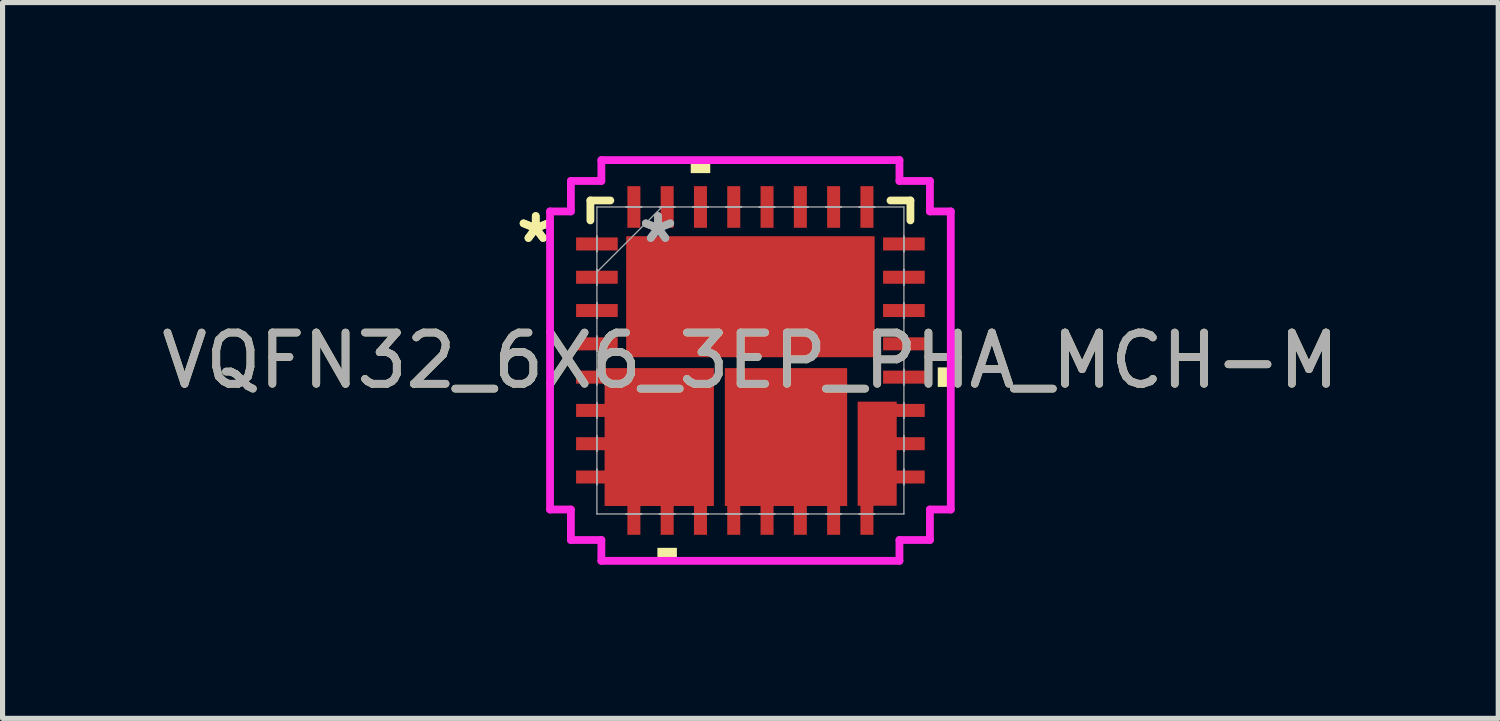
<source format=kicad_pcb>
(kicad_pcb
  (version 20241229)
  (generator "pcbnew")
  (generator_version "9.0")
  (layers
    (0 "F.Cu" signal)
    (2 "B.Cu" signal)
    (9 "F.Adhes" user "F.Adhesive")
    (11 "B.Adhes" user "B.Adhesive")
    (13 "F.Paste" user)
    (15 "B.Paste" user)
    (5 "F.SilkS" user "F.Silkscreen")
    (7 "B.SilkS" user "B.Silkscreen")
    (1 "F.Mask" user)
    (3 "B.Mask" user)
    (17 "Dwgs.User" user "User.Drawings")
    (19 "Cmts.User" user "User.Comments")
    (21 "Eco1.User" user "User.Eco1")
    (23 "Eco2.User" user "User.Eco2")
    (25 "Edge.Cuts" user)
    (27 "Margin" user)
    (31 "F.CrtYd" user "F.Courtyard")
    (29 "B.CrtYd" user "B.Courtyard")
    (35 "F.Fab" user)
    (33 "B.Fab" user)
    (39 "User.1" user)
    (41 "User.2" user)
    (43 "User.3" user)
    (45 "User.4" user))
  (footprint "VQFN32_6X6_3EP_PHA_MCH-M"
    (layer "F.Cu")
    (at 11.601 3.988)
    (property "Reference" "VQFN32_6X6_3EP_PHA_MCH-M" (at 0 0 0) (unlocked yes) (layer "F.SilkS") (effects (font (size 1 1) (thickness 0.15))))
    (attr smd)
    (fp_line (start -3.124 -3.124) (end -3.124 -2.735) (stroke (width 0.152) (type solid)) (layer "F.SilkS"))
    (fp_line (start -2.735 -3.124) (end -3.124 -3.124) (stroke (width 0.152) (type solid)) (layer "F.SilkS"))
    (fp_line (start 3.124 -3.124) (end 2.735 -3.124) (stroke (width 0.152) (type solid)) (layer "F.SilkS"))
    (fp_line (start 3.124 -2.735) (end 3.124 -3.124) (stroke (width 0.152) (type solid)) (layer "F.SilkS"))
    (fp_poly (pts (xy -1.816 3.658) (xy -1.816 3.912) (xy -1.435 3.912) (xy -1.435 3.658)) (stroke (width 0) (type solid)) (fill yes) (layer "F.SilkS"))
    (fp_poly (pts (xy -1.165 -3.658) (xy -1.165 -3.912) (xy -0.784 -3.912) (xy -0.784 -3.658)) (stroke (width 0) (type solid)) (fill yes) (layer "F.SilkS"))
    (fp_poly (pts (xy 3.912 0.135) (xy 3.912 0.516) (xy 3.658 0.516) (xy 3.658 0.135)) (stroke (width 0) (type solid)) (fill yes) (layer "F.SilkS"))
    (fp_line (start -3.912 -2.91) (end -3.505 -2.91) (stroke (width 0.152) (type solid)) (layer "F.CrtYd"))
    (fp_line (start -3.912 2.91) (end -3.912 -2.91) (stroke (width 0.152) (type solid)) (layer "F.CrtYd"))
    (fp_line (start -3.505 -3.505) (end -2.91 -3.505) (stroke (width 0.152) (type solid)) (layer "F.CrtYd"))
    (fp_line (start -3.505 -2.91) (end -3.505 -3.505) (stroke (width 0.152) (type solid)) (layer "F.CrtYd"))
    (fp_line (start -3.505 2.91) (end -3.912 2.91) (stroke (width 0.152) (type solid)) (layer "F.CrtYd"))
    (fp_line (start -3.505 3.505) (end -3.505 2.91) (stroke (width 0.152) (type solid)) (layer "F.CrtYd"))
    (fp_line (start -2.91 -3.912) (end 2.91 -3.912) (stroke (width 0.152) (type solid)) (layer "F.CrtYd"))
    (fp_line (start -2.91 -3.505) (end -2.91 -3.912) (stroke (width 0.152) (type solid)) (layer "F.CrtYd"))
    (fp_line (start -2.91 3.505) (end -3.505 3.505) (stroke (width 0.152) (type solid)) (layer "F.CrtYd"))
    (fp_line (start -2.91 3.912) (end -2.91 3.505) (stroke (width 0.152) (type solid)) (layer "F.CrtYd"))
    (fp_line (start 2.91 -3.912) (end 2.91 -3.505) (stroke (width 0.152) (type solid)) (layer "F.CrtYd"))
    (fp_line (start 2.91 -3.505) (end 3.505 -3.505) (stroke (width 0.152) (type solid)) (layer "F.CrtYd"))
    (fp_line (start 2.91 3.505) (end 2.91 3.912) (stroke (width 0.152) (type solid)) (layer "F.CrtYd"))
    (fp_line (start 2.91 3.912) (end -2.91 3.912) (stroke (width 0.152) (type solid)) (layer "F.CrtYd"))
    (fp_line (start 3.505 -3.505) (end 3.505 -2.91) (stroke (width 0.152) (type solid)) (layer "F.CrtYd"))
    (fp_line (start 3.505 -2.91) (end 3.912 -2.91) (stroke (width 0.152) (type solid)) (layer "F.CrtYd"))
    (fp_line (start 3.505 2.91) (end 3.505 3.505) (stroke (width 0.152) (type solid)) (layer "F.CrtYd"))
    (fp_line (start 3.505 3.505) (end 2.91 3.505) (stroke (width 0.152) (type solid)) (layer "F.CrtYd"))
    (fp_line (start 3.912 -2.91) (end 3.912 2.91) (stroke (width 0.152) (type solid)) (layer "F.CrtYd"))
    (fp_line (start 3.912 2.91) (end 3.505 2.91) (stroke (width 0.152) (type solid)) (layer "F.CrtYd"))
    (fp_line (start -2.997 -2.997) (end -2.997 2.997) (stroke (width 0.025) (type solid)) (layer "F.Fab"))
    (fp_line (start -2.997 -2.427) (end -2.997 -2.427) (stroke (width 0.025) (type solid)) (layer "F.Fab"))
    (fp_line (start -2.997 -2.427) (end -2.997 -2.123) (stroke (width 0.025) (type solid)) (layer "F.Fab"))
    (fp_line (start -2.997 -2.123) (end -2.997 -2.427) (stroke (width 0.025) (type solid)) (layer "F.Fab"))
    (fp_line (start -2.997 -2.123) (end -2.997 -2.123) (stroke (width 0.025) (type solid)) (layer "F.Fab"))
    (fp_line (start -2.997 -1.777) (end -2.997 -1.777) (stroke (width 0.025) (type solid)) (layer "F.Fab"))
    (fp_line (start -2.997 -1.777) (end -2.997 -1.473) (stroke (width 0.025) (type solid)) (layer "F.Fab"))
    (fp_line (start -2.997 -1.727) (end -1.727 -2.997) (stroke (width 0.025) (type solid)) (layer "F.Fab"))
    (fp_line (start -2.997 -1.473) (end -2.997 -1.777) (stroke (width 0.025) (type solid)) (layer "F.Fab"))
    (fp_line (start -2.997 -1.473) (end -2.997 -1.473) (stroke (width 0.025) (type solid)) (layer "F.Fab"))
    (fp_line (start -2.997 -1.127) (end -2.997 -1.127) (stroke (width 0.025) (type solid)) (layer "F.Fab"))
    (fp_line (start -2.997 -1.127) (end -2.997 -0.823) (stroke (width 0.025) (type solid)) (layer "F.Fab"))
    (fp_line (start -2.997 -0.823) (end -2.997 -1.127) (stroke (width 0.025) (type solid)) (layer "F.Fab"))
    (fp_line (start -2.997 -0.823) (end -2.997 -0.823) (stroke (width 0.025) (type solid)) (layer "F.Fab"))
    (fp_line (start -2.997 -0.477) (end -2.997 -0.477) (stroke (width 0.025) (type solid)) (layer "F.Fab"))
    (fp_line (start -2.997 -0.477) (end -2.997 -0.173) (stroke (width 0.025) (type solid)) (layer "F.Fab"))
    (fp_line (start -2.997 -0.173) (end -2.997 -0.477) (stroke (width 0.025) (type solid)) (layer "F.Fab"))
    (fp_line (start -2.997 -0.173) (end -2.997 -0.173) (stroke (width 0.025) (type solid)) (layer "F.Fab"))
    (fp_line (start -2.997 0.173) (end -2.997 0.173) (stroke (width 0.025) (type solid)) (layer "F.Fab"))
    (fp_line (start -2.997 0.173) (end -2.997 0.477) (stroke (width 0.025) (type solid)) (layer "F.Fab"))
    (fp_line (start -2.997 0.477) (end -2.997 0.173) (stroke (width 0.025) (type solid)) (layer "F.Fab"))
    (fp_line (start -2.997 0.477) (end -2.997 0.477) (stroke (width 0.025) (type solid)) (layer "F.Fab"))
    (fp_line (start -2.997 0.823) (end -2.997 0.823) (stroke (width 0.025) (type solid)) (layer "F.Fab"))
    (fp_line (start -2.997 0.823) (end -2.997 1.127) (stroke (width 0.025) (type solid)) (layer "F.Fab"))
    (fp_line (start -2.997 1.127) (end -2.997 0.823) (stroke (width 0.025) (type solid)) (layer "F.Fab"))
    (fp_line (start -2.997 1.127) (end -2.997 1.127) (stroke (width 0.025) (type solid)) (layer "F.Fab"))
    (fp_line (start -2.997 1.473) (end -2.997 1.473) (stroke (width 0.025) (type solid)) (layer "F.Fab"))
    (fp_line (start -2.997 1.473) (end -2.997 1.777) (stroke (width 0.025) (type solid)) (layer "F.Fab"))
    (fp_line (start -2.997 1.777) (end -2.997 1.473) (stroke (width 0.025) (type solid)) (layer "F.Fab"))
    (fp_line (start -2.997 1.777) (end -2.997 1.777) (stroke (width 0.025) (type solid)) (layer "F.Fab"))
    (fp_line (start -2.997 2.123) (end -2.997 2.123) (stroke (width 0.025) (type solid)) (layer "F.Fab"))
    (fp_line (start -2.997 2.123) (end -2.997 2.427) (stroke (width 0.025) (type solid)) (layer "F.Fab"))
    (fp_line (start -2.997 2.427) (end -2.997 2.123) (stroke (width 0.025) (type solid)) (layer "F.Fab"))
    (fp_line (start -2.997 2.427) (end -2.997 2.427) (stroke (width 0.025) (type solid)) (layer "F.Fab"))
    (fp_line (start -2.997 2.997) (end 2.997 2.997) (stroke (width 0.025) (type solid)) (layer "F.Fab"))
    (fp_line (start -2.427 -2.997) (end -2.427 -2.997) (stroke (width 0.025) (type solid)) (layer "F.Fab"))
    (fp_line (start -2.427 -2.997) (end -2.123 -2.997) (stroke (width 0.025) (type solid)) (layer "F.Fab"))
    (fp_line (start -2.427 2.997) (end -2.427 2.997) (stroke (width 0.025) (type solid)) (layer "F.Fab"))
    (fp_line (start -2.427 2.997) (end -2.123 2.997) (stroke (width 0.025) (type solid)) (layer "F.Fab"))
    (fp_line (start -2.123 -2.997) (end -2.427 -2.997) (stroke (width 0.025) (type solid)) (layer "F.Fab"))
    (fp_line (start -2.123 -2.997) (end -2.123 -2.997) (stroke (width 0.025) (type solid)) (layer "F.Fab"))
    (fp_line (start -2.123 2.997) (end -2.427 2.997) (stroke (width 0.025) (type solid)) (layer "F.Fab"))
    (fp_line (start -2.123 2.997) (end -2.123 2.997) (stroke (width 0.025) (type solid)) (layer "F.Fab"))
    (fp_line (start -1.777 -2.997) (end -1.777 -2.997) (stroke (width 0.025) (type solid)) (layer "F.Fab"))
    (fp_line (start -1.777 -2.997) (end -1.473 -2.997) (stroke (width 0.025) (type solid)) (layer "F.Fab"))
    (fp_line (start -1.777 2.997) (end -1.777 2.997) (stroke (width 0.025) (type solid)) (layer "F.Fab"))
    (fp_line (start -1.777 2.997) (end -1.473 2.997) (stroke (width 0.025) (type solid)) (layer "F.Fab"))
    (fp_line (start -1.473 -2.997) (end -1.777 -2.997) (stroke (width 0.025) (type solid)) (layer "F.Fab"))
    (fp_line (start -1.473 -2.997) (end -1.473 -2.997) (stroke (width 0.025) (type solid)) (layer "F.Fab"))
    (fp_line (start -1.473 2.997) (end -1.777 2.997) (stroke (width 0.025) (type solid)) (layer "F.Fab"))
    (fp_line (start -1.473 2.997) (end -1.473 2.997) (stroke (width 0.025) (type solid)) (layer "F.Fab"))
    (fp_line (start -1.127 -2.997) (end -1.127 -2.997) (stroke (width 0.025) (type solid)) (layer "F.Fab"))
    (fp_line (start -1.127 -2.997) (end -0.823 -2.997) (stroke (width 0.025) (type solid)) (layer "F.Fab"))
    (fp_line (start -1.127 2.997) (end -1.127 2.997) (stroke (width 0.025) (type solid)) (layer "F.Fab"))
    (fp_line (start -1.127 2.997) (end -0.823 2.997) (stroke (width 0.025) (type solid)) (layer "F.Fab"))
    (fp_line (start -0.823 -2.997) (end -1.127 -2.997) (stroke (width 0.025) (type solid)) (layer "F.Fab"))
    (fp_line (start -0.823 -2.997) (end -0.823 -2.997) (stroke (width 0.025) (type solid)) (layer "F.Fab"))
    (fp_line (start -0.823 2.997) (end -1.127 2.997) (stroke (width 0.025) (type solid)) (layer "F.Fab"))
    (fp_line (start -0.823 2.997) (end -0.823 2.997) (stroke (width 0.025) (type solid)) (layer "F.Fab"))
    (fp_line (start -0.477 -2.997) (end -0.477 -2.997) (stroke (width 0.025) (type solid)) (layer "F.Fab"))
    (fp_line (start -0.477 -2.997) (end -0.173 -2.997) (stroke (width 0.025) (type solid)) (layer "F.Fab"))
    (fp_line (start -0.477 2.997) (end -0.477 2.997) (stroke (width 0.025) (type solid)) (layer "F.Fab"))
    (fp_line (start -0.477 2.997) (end -0.173 2.997) (stroke (width 0.025) (type solid)) (layer "F.Fab"))
    (fp_line (start -0.173 -2.997) (end -0.477 -2.997) (stroke (width 0.025) (type solid)) (layer "F.Fab"))
    (fp_line (start -0.173 -2.997) (end -0.173 -2.997) (stroke (width 0.025) (type solid)) (layer "F.Fab"))
    (fp_line (start -0.173 2.997) (end -0.477 2.997) (stroke (width 0.025) (type solid)) (layer "F.Fab"))
    (fp_line (start -0.173 2.997) (end -0.173 2.997) (stroke (width 0.025) (type solid)) (layer "F.Fab"))
    (fp_line (start 0.173 -2.997) (end 0.173 -2.997) (stroke (width 0.025) (type solid)) (layer "F.Fab"))
    (fp_line (start 0.173 -2.997) (end 0.477 -2.997) (stroke (width 0.025) (type solid)) (layer "F.Fab"))
    (fp_line (start 0.173 2.997) (end 0.173 2.997) (stroke (width 0.025) (type solid)) (layer "F.Fab"))
    (fp_line (start 0.173 2.997) (end 0.477 2.997) (stroke (width 0.025) (type solid)) (layer "F.Fab"))
    (fp_line (start 0.477 -2.997) (end 0.173 -2.997) (stroke (width 0.025) (type solid)) (layer "F.Fab"))
    (fp_line (start 0.477 -2.997) (end 0.477 -2.997) (stroke (width 0.025) (type solid)) (layer "F.Fab"))
    (fp_line (start 0.477 2.997) (end 0.173 2.997) (stroke (width 0.025) (type solid)) (layer "F.Fab"))
    (fp_line (start 0.477 2.997) (end 0.477 2.997) (stroke (width 0.025) (type solid)) (layer "F.Fab"))
    (fp_line (start 0.823 -2.997) (end 0.823 -2.997) (stroke (width 0.025) (type solid)) (layer "F.Fab"))
    (fp_line (start 0.823 -2.997) (end 1.127 -2.997) (stroke (width 0.025) (type solid)) (layer "F.Fab"))
    (fp_line (start 0.823 2.997) (end 0.823 2.997) (stroke (width 0.025) (type solid)) (layer "F.Fab"))
    (fp_line (start 0.823 2.997) (end 1.127 2.997) (stroke (width 0.025) (type solid)) (layer "F.Fab"))
    (fp_line (start 1.127 -2.997) (end 0.823 -2.997) (stroke (width 0.025) (type solid)) (layer "F.Fab"))
    (fp_line (start 1.127 -2.997) (end 1.127 -2.997) (stroke (width 0.025) (type solid)) (layer "F.Fab"))
    (fp_line (start 1.127 2.997) (end 0.823 2.997) (stroke (width 0.025) (type solid)) (layer "F.Fab"))
    (fp_line (start 1.127 2.997) (end 1.127 2.997) (stroke (width 0.025) (type solid)) (layer "F.Fab"))
    (fp_line (start 1.473 -2.997) (end 1.473 -2.997) (stroke (width 0.025) (type solid)) (layer "F.Fab"))
    (fp_line (start 1.473 -2.997) (end 1.777 -2.997) (stroke (width 0.025) (type solid)) (layer "F.Fab"))
    (fp_line (start 1.473 2.997) (end 1.473 2.997) (stroke (width 0.025) (type solid)) (layer "F.Fab"))
    (fp_line (start 1.473 2.997) (end 1.777 2.997) (stroke (width 0.025) (type solid)) (layer "F.Fab"))
    (fp_line (start 1.777 -2.997) (end 1.473 -2.997) (stroke (width 0.025) (type solid)) (layer "F.Fab"))
    (fp_line (start 1.777 -2.997) (end 1.777 -2.997) (stroke (width 0.025) (type solid)) (layer "F.Fab"))
    (fp_line (start 1.777 2.997) (end 1.473 2.997) (stroke (width 0.025) (type solid)) (layer "F.Fab"))
    (fp_line (start 1.777 2.997) (end 1.777 2.997) (stroke (width 0.025) (type solid)) (layer "F.Fab"))
    (fp_line (start 2.123 -2.997) (end 2.123 -2.997) (stroke (width 0.025) (type solid)) (layer "F.Fab"))
    (fp_line (start 2.123 -2.997) (end 2.427 -2.997) (stroke (width 0.025) (type solid)) (layer "F.Fab"))
    (fp_line (start 2.123 2.997) (end 2.123 2.997) (stroke (width 0.025) (type solid)) (layer "F.Fab"))
    (fp_line (start 2.123 2.997) (end 2.427 2.997) (stroke (width 0.025) (type solid)) (layer "F.Fab"))
    (fp_line (start 2.427 -2.997) (end 2.123 -2.997) (stroke (width 0.025) (type solid)) (layer "F.Fab"))
    (fp_line (start 2.427 -2.997) (end 2.427 -2.997) (stroke (width 0.025) (type solid)) (layer "F.Fab"))
    (fp_line (start 2.427 2.997) (end 2.123 2.997) (stroke (width 0.025) (type solid)) (layer "F.Fab"))
    (fp_line (start 2.427 2.997) (end 2.427 2.997) (stroke (width 0.025) (type solid)) (layer "F.Fab"))
    (fp_line (start 2.997 -2.997) (end -2.997 -2.997) (stroke (width 0.025) (type solid)) (layer "F.Fab"))
    (fp_line (start 2.997 -2.427) (end 2.997 -2.427) (stroke (width 0.025) (type solid)) (layer "F.Fab"))
    (fp_line (start 2.997 -2.427) (end 2.997 -2.123) (stroke (width 0.025) (type solid)) (layer "F.Fab"))
    (fp_line (start 2.997 -2.123) (end 2.997 -2.427) (stroke (width 0.025) (type solid)) (layer "F.Fab"))
    (fp_line (start 2.997 -2.123) (end 2.997 -2.123) (stroke (width 0.025) (type solid)) (layer "F.Fab"))
    (fp_line (start 2.997 -1.777) (end 2.997 -1.777) (stroke (width 0.025) (type solid)) (layer "F.Fab"))
    (fp_line (start 2.997 -1.777) (end 2.997 -1.473) (stroke (width 0.025) (type solid)) (layer "F.Fab"))
    (fp_line (start 2.997 -1.473) (end 2.997 -1.777) (stroke (width 0.025) (type solid)) (layer "F.Fab"))
    (fp_line (start 2.997 -1.473) (end 2.997 -1.473) (stroke (width 0.025) (type solid)) (layer "F.Fab"))
    (fp_line (start 2.997 -1.127) (end 2.997 -1.127) (stroke (width 0.025) (type solid)) (layer "F.Fab"))
    (fp_line (start 2.997 -1.127) (end 2.997 -0.823) (stroke (width 0.025) (type solid)) (layer "F.Fab"))
    (fp_line (start 2.997 -0.823) (end 2.997 -1.127) (stroke (width 0.025) (type solid)) (layer "F.Fab"))
    (fp_line (start 2.997 -0.823) (end 2.997 -0.823) (stroke (width 0.025) (type solid)) (layer "F.Fab"))
    (fp_line (start 2.997 -0.477) (end 2.997 -0.477) (stroke (width 0.025) (type solid)) (layer "F.Fab"))
    (fp_line (start 2.997 -0.477) (end 2.997 -0.173) (stroke (width 0.025) (type solid)) (layer "F.Fab"))
    (fp_line (start 2.997 -0.173) (end 2.997 -0.477) (stroke (width 0.025) (type solid)) (layer "F.Fab"))
    (fp_line (start 2.997 -0.173) (end 2.997 -0.173) (stroke (width 0.025) (type solid)) (layer "F.Fab"))
    (fp_line (start 2.997 0.173) (end 2.997 0.173) (stroke (width 0.025) (type solid)) (layer "F.Fab"))
    (fp_line (start 2.997 0.173) (end 2.997 0.477) (stroke (width 0.025) (type solid)) (layer "F.Fab"))
    (fp_line (start 2.997 0.477) (end 2.997 0.173) (stroke (width 0.025) (type solid)) (layer "F.Fab"))
    (fp_line (start 2.997 0.477) (end 2.997 0.477) (stroke (width 0.025) (type solid)) (layer "F.Fab"))
    (fp_line (start 2.997 0.823) (end 2.997 0.823) (stroke (width 0.025) (type solid)) (layer "F.Fab"))
    (fp_line (start 2.997 0.823) (end 2.997 1.127) (stroke (width 0.025) (type solid)) (layer "F.Fab"))
    (fp_line (start 2.997 1.127) (end 2.997 0.823) (stroke (width 0.025) (type solid)) (layer "F.Fab"))
    (fp_line (start 2.997 1.127) (end 2.997 1.127) (stroke (width 0.025) (type solid)) (layer "F.Fab"))
    (fp_line (start 2.997 1.473) (end 2.997 1.473) (stroke (width 0.025) (type solid)) (layer "F.Fab"))
    (fp_line (start 2.997 1.473) (end 2.997 1.777) (stroke (width 0.025) (type solid)) (layer "F.Fab"))
    (fp_line (start 2.997 1.777) (end 2.997 1.473) (stroke (width 0.025) (type solid)) (layer "F.Fab"))
    (fp_line (start 2.997 1.777) (end 2.997 1.777) (stroke (width 0.025) (type solid)) (layer "F.Fab"))
    (fp_line (start 2.997 2.123) (end 2.997 2.123) (stroke (width 0.025) (type solid)) (layer "F.Fab"))
    (fp_line (start 2.997 2.123) (end 2.997 2.427) (stroke (width 0.025) (type solid)) (layer "F.Fab"))
    (fp_line (start 2.997 2.427) (end 2.997 2.123) (stroke (width 0.025) (type solid)) (layer "F.Fab"))
    (fp_line (start 2.997 2.427) (end 2.997 2.427) (stroke (width 0.025) (type solid)) (layer "F.Fab"))
    (fp_line (start 2.997 2.997) (end 2.997 -2.997) (stroke (width 0.025) (type solid)) (layer "F.Fab"))
    (fp_text user "*" (at -4.191 -2.275 0) (unlocked yes) (layer "F.SilkS") (effects (font (size 1 1) (thickness 0.15))))
    (fp_text user "*" (at -4.191 -2.275 0) (layer "F.SilkS") (effects (font (size 1 1) (thickness 0.15))))
    (fp_text user "${REFERENCE}" (at 0 0 0) (unlocked yes) (layer "F.Fab") (effects (font (size 1 1) (thickness 0.15))))
    (fp_text user "*" (at -1.803 -2.275 0) (layer "F.Fab") (effects (font (size 1 1) (thickness 0.15))))
    (fp_text user "*" (at -1.803 -2.275 0) (unlocked yes) (layer "F.Fab") (effects (font (size 1 1) (thickness 0.15))))
    (pad "1" smd rect (at -2.997 -2.275 90) (size 0.254 0.813) (layers "F.Cu" "F.Mask" "F.Paste"))
    (pad "2" smd rect (at -2.997 -1.625 90) (size 0.254 0.813) (layers "F.Cu" "F.Mask" "F.Paste"))
    (pad "3" smd rect (at -2.997 -0.975 90) (size 0.254 0.813) (layers "F.Cu" "F.Mask" "F.Paste"))
    (pad "4" smd rect (at -2.997 -0.325 90) (size 0.254 0.813) (layers "F.Cu" "F.Mask" "F.Paste"))
    (pad "5" smd rect (at -2.997 0.325 90) (size 0.254 0.813) (layers "F.Cu" "F.Mask" "F.Paste"))
    (pad "6" smd rect (at -2.997 0.975 90) (size 0.254 0.813) (layers "F.Cu" "F.Mask" "F.Paste"))
    (pad "7" smd rect (at -2.997 1.625 90) (size 0.254 0.813) (layers "F.Cu" "F.Mask" "F.Paste"))
    (pad "8" smd rect (at -2.997 2.275 90) (size 0.254 0.813) (layers "F.Cu" "F.Mask" "F.Paste"))
    (pad "9" smd rect (at -2.275 2.997) (size 0.254 0.813) (layers "F.Cu" "F.Mask" "F.Paste"))
    (pad "10" smd rect (at -1.625 2.997) (size 0.254 0.813) (layers "F.Cu" "F.Mask" "F.Paste"))
    (pad "11" smd rect (at -0.975 2.997) (size 0.254 0.813) (layers "F.Cu" "F.Mask" "F.Paste"))
    (pad "12" smd rect (at -0.325 2.997) (size 0.254 0.813) (layers "F.Cu" "F.Mask" "F.Paste"))
    (pad "13" smd rect (at 0.325 2.997) (size 0.254 0.813) (layers "F.Cu" "F.Mask" "F.Paste"))
    (pad "14" smd rect (at 0.975 2.997) (size 0.254 0.813) (layers "F.Cu" "F.Mask" "F.Paste"))
    (pad "15" smd rect (at 1.625 2.997) (size 0.254 0.813) (layers "F.Cu" "F.Mask" "F.Paste"))
    (pad "16" smd rect (at 2.275 2.997) (size 0.254 0.813) (layers "F.Cu" "F.Mask" "F.Paste"))
    (pad "17" smd rect (at 2.997 2.275 90) (size 0.254 0.813) (layers "F.Cu" "F.Mask" "F.Paste"))
    (pad "18" smd rect (at 2.997 1.625 90) (size 0.254 0.813) (layers "F.Cu" "F.Mask" "F.Paste"))
    (pad "19" smd rect (at 2.997 0.975 90) (size 0.254 0.813) (layers "F.Cu" "F.Mask" "F.Paste"))
    (pad "20" smd rect (at 2.997 0.325 90) (size 0.254 0.813) (layers "F.Cu" "F.Mask" "F.Paste"))
    (pad "21" smd rect (at 2.997 -0.325 90) (size 0.254 0.813) (layers "F.Cu" "F.Mask" "F.Paste"))
    (pad "22" smd rect (at 2.997 -0.975 90) (size 0.254 0.813) (layers "F.Cu" "F.Mask" "F.Paste"))
    (pad "23" smd rect (at 2.997 -1.625 90) (size 0.254 0.813) (layers "F.Cu" "F.Mask" "F.Paste"))
    (pad "24" smd rect (at 2.997 -2.275 90) (size 0.254 0.813) (layers "F.Cu" "F.Mask" "F.Paste"))
    (pad "25" smd rect (at 2.275 -2.997) (size 0.254 0.813) (layers "F.Cu" "F.Mask" "F.Paste"))
    (pad "26" smd rect (at 1.625 -2.997) (size 0.254 0.813) (layers "F.Cu" "F.Mask" "F.Paste"))
    (pad "27" smd rect (at 0.975 -2.997) (size 0.254 0.813) (layers "F.Cu" "F.Mask" "F.Paste"))
    (pad "28" smd rect (at 0.325 -2.997) (size 0.254 0.813) (layers "F.Cu" "F.Mask" "F.Paste"))
    (pad "29" smd rect (at -0.325 -2.997) (size 0.254 0.813) (layers "F.Cu" "F.Mask" "F.Paste"))
    (pad "30" smd rect (at -0.975 -2.997) (size 0.254 0.813) (layers "F.Cu" "F.Mask" "F.Paste"))
    (pad "31" smd rect (at -1.625 -2.997) (size 0.254 0.813) (layers "F.Cu" "F.Mask" "F.Paste"))
    (pad "32" smd rect (at -2.275 -2.997) (size 0.254 0.813) (layers "F.Cu" "F.Mask" "F.Paste"))
    (pad "33" smd rect (at 0 -1.245) (size 4.851 2.362) (layers "F.Cu" "F.Mask" "F.Paste"))
    (pad "EP5" smd rect (at -1.78 1.495) (size 2.134 2.692) (layers "F.Cu" "F.Mask" "F.Paste"))
    (pad "EP12" smd rect (at 0.695 1.495) (size 2.388 2.692) (layers "F.Cu" "F.Mask" "F.Paste"))
    (pad "EP19" smd rect (at 2.475 1.82) (size 0.762 2.032) (layers "F.Cu" "F.Mask" "F.Paste")))
  (gr_rect
    (start -3 -3)
    (end 26.202 10.976)
    (stroke (width 0.1) (type default))
    (fill no)
    (layer "Edge.Cuts")))
</source>
